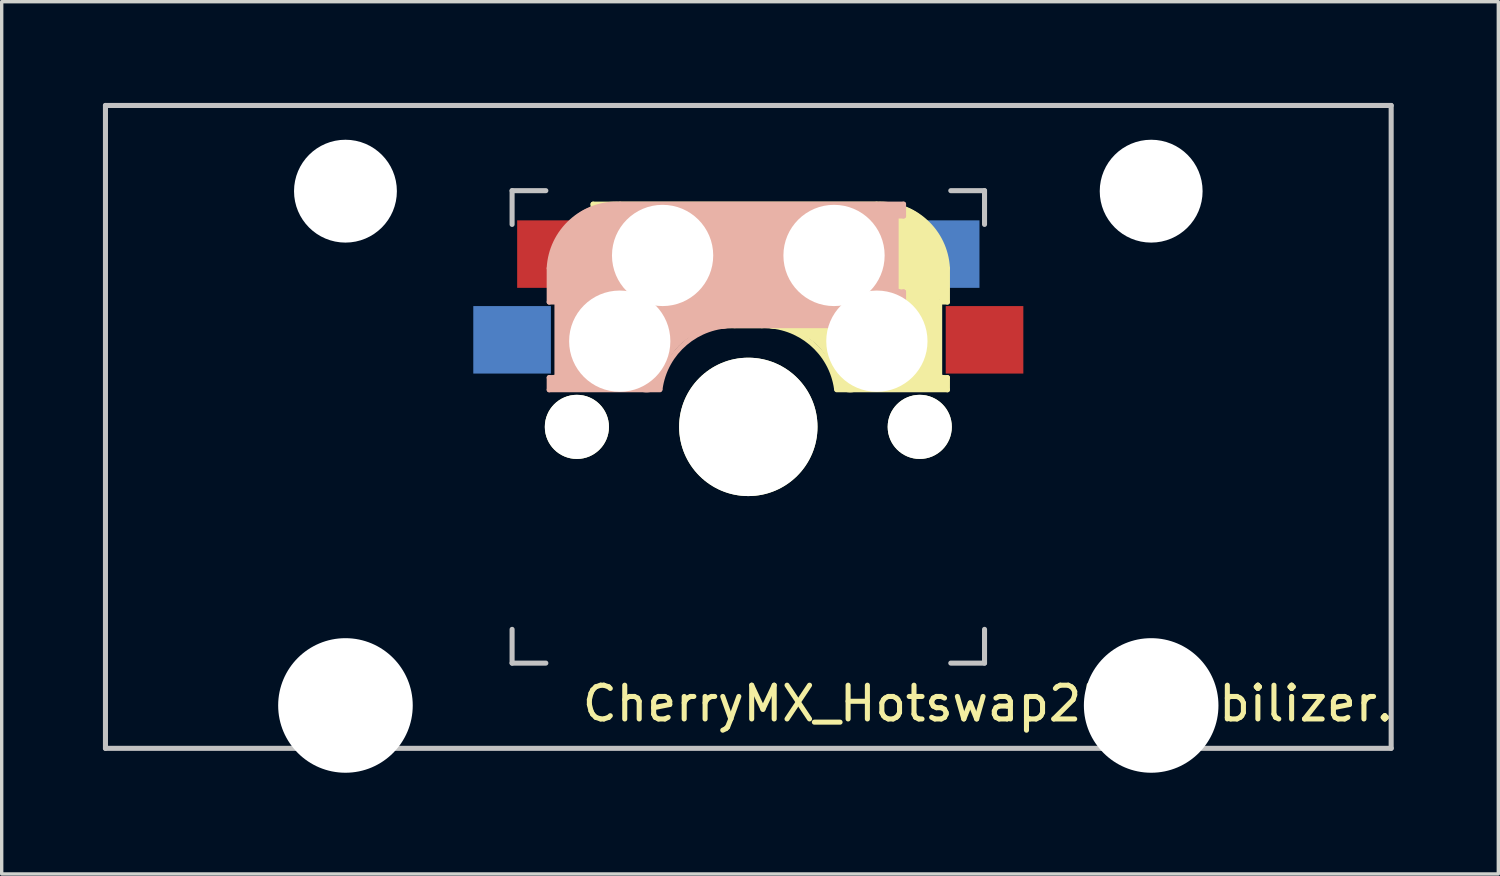
<source format=kicad_pcb>
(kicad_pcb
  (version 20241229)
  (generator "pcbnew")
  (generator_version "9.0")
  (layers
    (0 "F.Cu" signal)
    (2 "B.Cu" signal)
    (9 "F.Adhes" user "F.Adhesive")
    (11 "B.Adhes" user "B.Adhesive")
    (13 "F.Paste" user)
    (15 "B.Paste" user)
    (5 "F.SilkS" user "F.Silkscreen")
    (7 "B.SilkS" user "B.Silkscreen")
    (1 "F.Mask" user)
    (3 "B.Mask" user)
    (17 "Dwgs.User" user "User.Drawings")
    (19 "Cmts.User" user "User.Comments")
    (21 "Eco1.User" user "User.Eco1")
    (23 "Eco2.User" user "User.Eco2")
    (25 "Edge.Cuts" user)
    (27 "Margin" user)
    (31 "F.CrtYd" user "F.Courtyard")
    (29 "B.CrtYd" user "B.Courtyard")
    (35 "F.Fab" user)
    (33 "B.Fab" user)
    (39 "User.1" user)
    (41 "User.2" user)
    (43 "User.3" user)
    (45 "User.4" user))
  (footprint "CherryMX_Hotswap2U_stabilizer."
    (layer "F.Cu")
    (at 19.125 9.6)
    (property "Reference" "CherryMX_Hotswap2U_stabilizer." (at 7.1 8.2 0) (layer "F.SilkS") (effects (font (size 1 1) (thickness 0.15))))
    (attr through_hole)
    (fp_line (start -4.6 -6.6) (end 3.8 -6.6) (stroke (width 0.15) (type solid)) (layer "F.SilkS"))
    (fp_line (start -4.6 -6.25) (end -4.6 -6.6) (stroke (width 0.15) (type solid)) (layer "F.SilkS"))
    (fp_line (start -4.6 -4) (end -4.4 -4) (stroke (width 0.15) (type solid)) (layer "F.SilkS"))
    (fp_line (start -4.6 -3) (end -4.6 -4) (stroke (width 0.15) (type solid)) (layer "F.SilkS"))
    (fp_line (start -4.4 -6.4) (end -3 -6.4) (stroke (width 0.4) (type solid)) (layer "F.SilkS"))
    (fp_line (start -4.4 -6.25) (end -4.6 -6.25) (stroke (width 0.15) (type solid)) (layer "F.SilkS"))
    (fp_line (start -4.4 -3.9) (end -4.4 -3.2) (stroke (width 0.4) (type solid)) (layer "F.SilkS"))
    (fp_line (start -4.38 -4) (end -4.38 -6.25) (stroke (width 0.15) (type solid)) (layer "F.SilkS"))
    (fp_line (start -4.3 -3.3) (end -2.9 -3.3) (stroke (width 0.5) (type solid)) (layer "F.SilkS"))
    (fp_line (start -3.9 -6) (end -3.9 -3.5) (stroke (width 1) (type solid)) (layer "F.SilkS"))
    (fp_line (start -2.6 -4.8) (end 4.1 -4.8) (stroke (width 3.5) (type solid)) (layer "F.SilkS"))
    (fp_line (start 0.4 -3) (end -4.6 -3) (stroke (width 0.15) (type solid)) (layer "F.SilkS"))
    (fp_line (start 4.17 -5.1) (end 4.17 -2.86) (stroke (width 3) (type solid)) (layer "F.SilkS"))
    (fp_line (start 5.3 -1.6) (end 5.3 -3.4) (stroke (width 0.8) (type solid)) (layer "F.SilkS"))
    (fp_line (start 5.67 -3.7) (end 5.67 -1.46) (stroke (width 0.15) (type solid)) (layer "F.SilkS"))
    (fp_line (start 5.7 -1.46) (end 5.9 -1.46) (stroke (width 0.15) (type solid)) (layer "F.SilkS"))
    (fp_line (start 5.7 -1.3) (end 3 -1.3) (stroke (width 0.5) (type solid)) (layer "F.SilkS"))
    (fp_line (start 5.8 -3.8) (end 5.8 -4.7) (stroke (width 0.3) (type solid)) (layer "F.SilkS"))
    (fp_line (start 5.9 -4.7) (end 5.9 -3.7) (stroke (width 0.15) (type solid)) (layer "F.SilkS"))
    (fp_line (start 5.9 -3.7) (end 5.7 -3.7) (stroke (width 0.15) (type solid)) (layer "F.SilkS"))
    (fp_line (start 5.9 -1.1) (end 2.62 -1.1) (stroke (width 0.15) (type solid)) (layer "F.SilkS"))
    (fp_line (start 5.9 -1.1) (end 5.9 -1.46) (stroke (width 0.15) (type solid)) (layer "F.SilkS"))
    (fp_arc (start 0.4 -3) (mid 1.868709 -2.486118) (end 2.616318 -1.121471) (stroke (width 0.15) (type solid)) (layer "F.SilkS"))
    (fp_arc (start 0.8 -3.4) (mid 2.268709 -2.886118) (end 3.016318 -1.521471) (stroke (width 1) (type solid)) (layer "F.SilkS"))
    (fp_arc (start 3.8 -6.600001) (mid 5.243504 -6.084925) (end 5.900001 -4.7) (stroke (width 0.15) (type solid)) (layer "F.SilkS"))
    (fp_line (start -5.9 -4.7) (end -5.9 -3.7) (stroke (width 0.15) (type solid)) (layer "B.SilkS"))
    (fp_line (start -5.9 -3.7) (end -5.7 -3.7) (stroke (width 0.15) (type solid)) (layer "B.SilkS"))
    (fp_line (start -5.9 -1.1) (end -5.9 -1.46) (stroke (width 0.15) (type solid)) (layer "B.SilkS"))
    (fp_line (start -5.9 -1.1) (end -2.62 -1.1) (stroke (width 0.15) (type solid)) (layer "B.SilkS"))
    (fp_line (start -5.8 -3.8) (end -5.8 -4.7) (stroke (width 0.3) (type solid)) (layer "B.SilkS"))
    (fp_line (start -5.7 -1.46) (end -5.9 -1.46) (stroke (width 0.15) (type solid)) (layer "B.SilkS"))
    (fp_line (start -5.7 -1.3) (end -3 -1.3) (stroke (width 0.5) (type solid)) (layer "B.SilkS"))
    (fp_line (start -5.67 -3.7) (end -5.67 -1.46) (stroke (width 0.15) (type solid)) (layer "B.SilkS"))
    (fp_line (start -5.3 -1.6) (end -5.3 -3.4) (stroke (width 0.8) (type solid)) (layer "B.SilkS"))
    (fp_line (start -4.17 -5.1) (end -4.17 -2.86) (stroke (width 3) (type solid)) (layer "B.SilkS"))
    (fp_line (start -0.4 -3) (end 4.6 -3) (stroke (width 0.15) (type solid)) (layer "B.SilkS"))
    (fp_line (start 2.6 -4.8) (end -4.1 -4.8) (stroke (width 3.5) (type solid)) (layer "B.SilkS"))
    (fp_line (start 3.9 -6) (end 3.9 -3.5) (stroke (width 1) (type solid)) (layer "B.SilkS"))
    (fp_line (start 4.3 -3.3) (end 2.9 -3.3) (stroke (width 0.5) (type solid)) (layer "B.SilkS"))
    (fp_line (start 4.38 -4) (end 4.38 -6.25) (stroke (width 0.15) (type solid)) (layer "B.SilkS"))
    (fp_line (start 4.4 -6.4) (end 3 -6.4) (stroke (width 0.4) (type solid)) (layer "B.SilkS"))
    (fp_line (start 4.4 -6.25) (end 4.6 -6.25) (stroke (width 0.15) (type solid)) (layer "B.SilkS"))
    (fp_line (start 4.4 -3.9) (end 4.4 -3.2) (stroke (width 0.4) (type solid)) (layer "B.SilkS"))
    (fp_line (start 4.6 -6.6) (end -3.8 -6.6) (stroke (width 0.15) (type solid)) (layer "B.SilkS"))
    (fp_line (start 4.6 -6.25) (end 4.6 -6.6) (stroke (width 0.15) (type solid)) (layer "B.SilkS"))
    (fp_line (start 4.6 -4) (end 4.4 -4) (stroke (width 0.15) (type solid)) (layer "B.SilkS"))
    (fp_line (start 4.6 -3) (end 4.6 -4) (stroke (width 0.15) (type solid)) (layer "B.SilkS"))
    (fp_arc (start -5.9 -4.699999) (mid -5.243504 -6.084924) (end -3.800001 -6.6) (stroke (width 0.15) (type solid)) (layer "B.SilkS"))
    (fp_arc (start -3.016318 -1.521471) (mid -2.268709 -2.886118) (end -0.8 -3.4) (stroke (width 1) (type solid)) (layer "B.SilkS"))
    (fp_arc (start -2.616318 -1.121471) (mid -1.868709 -2.486118) (end -0.4 -3) (stroke (width 0.15) (type solid)) (layer "B.SilkS"))
    (fp_line (start -19.05 -9.525) (end 19.05 -9.525) (stroke (width 0.15) (type solid)) (layer "Dwgs.User"))
    (fp_line (start -19.05 9.525) (end -19.05 -9.525) (stroke (width 0.15) (type solid)) (layer "Dwgs.User"))
    (fp_line (start -7 -7) (end -6 -7) (stroke (width 0.15) (type solid)) (layer "Dwgs.User"))
    (fp_line (start -7 -6) (end -7 -7) (stroke (width 0.15) (type solid)) (layer "Dwgs.User"))
    (fp_line (start -7 6) (end -7 7) (stroke (width 0.15) (type solid)) (layer "Dwgs.User"))
    (fp_line (start -7 7) (end -6 7) (stroke (width 0.15) (type solid)) (layer "Dwgs.User"))
    (fp_line (start 6 7) (end 7 7) (stroke (width 0.15) (type solid)) (layer "Dwgs.User"))
    (fp_line (start 7 -7) (end 6 -7) (stroke (width 0.15) (type solid)) (layer "Dwgs.User"))
    (fp_line (start 7 -7) (end 7 -6) (stroke (width 0.15) (type solid)) (layer "Dwgs.User"))
    (fp_line (start 7 7) (end 7 6) (stroke (width 0.15) (type solid)) (layer "Dwgs.User"))
    (fp_line (start 19.05 -9.525) (end 19.05 9.525) (stroke (width 0.15) (type solid)) (layer "Dwgs.User"))
    (fp_line (start 19.05 9.525) (end -19.05 9.526) (stroke (width 0.15) (type solid)) (layer "Dwgs.User"))
    (pad "" np_thru_hole circle (at -11.938 -6.985) (size 3.048 3.048) (drill 3.048) (layers "*.Cu" "*.Mask"))
    (pad "" np_thru_hole circle (at -11.938 8.255) (size 3.988 3.988) (drill 3.988) (layers "*.Cu" "*.Mask"))
    (pad "" np_thru_hole circle (at -5.08 0) (size 1.9 1.9) (drill 1.9) (layers "*.Cu" "*.Mask" "F.SilkS"))
    (pad "" np_thru_hole circle (at -3.81 -2.54 180) (size 3 3) (drill 3) (layers "*.Cu" "*.Mask"))
    (pad "" np_thru_hole circle (at -2.54 -5.08 180) (size 3 3) (drill 3) (layers "*.Cu" "*.Mask"))
    (pad "" np_thru_hole circle (at 0 0 90) (size 4.1 4.1) (drill 4.1) (layers "*.Cu" "*.Mask" "F.SilkS"))
    (pad "" np_thru_hole circle (at 2.54 -5.08 180) (size 3 3) (drill 3) (layers "*.Cu" "*.Mask"))
    (pad "" np_thru_hole circle (at 3.81 -2.54 180) (size 3 3) (drill 3) (layers "*.Cu" "*.Mask"))
    (pad "" np_thru_hole circle (at 5.08 0) (size 1.9 1.9) (drill 1.9) (layers "*.Cu" "*.Mask" "F.SilkS"))
    (pad "" np_thru_hole circle (at 11.938 -6.985) (size 3.048 3.048) (drill 3.048) (layers "*.Cu" "*.Mask"))
    (pad "" np_thru_hole circle (at 11.938 8.255) (size 3.988 3.988) (drill 3.988) (layers "*.Cu" "*.Mask"))
    (pad "1" smd rect (at -7 -2.58 180) (size 2.3 2) (layers "B.Cu" "B.Mask" "B.Paste"))
    (pad "1" smd rect (at 7 -2.58 180) (size 2.3 2) (layers "F.Cu" "F.Mask" "F.Paste"))
    (pad "2" smd rect (at -5.7 -5.12 180) (size 2.3 2) (layers "F.Cu" "F.Mask" "F.Paste"))
    (pad "2" smd rect (at 5.7 -5.12 180) (size 2.3 2) (layers "B.Cu" "B.Mask" "B.Paste")))
  (gr_rect
    (start -3 -3)
    (end 41.35 22.849)
    (stroke (width 0.1) (type default))
    (fill no)
    (layer "Edge.Cuts")))
</source>
